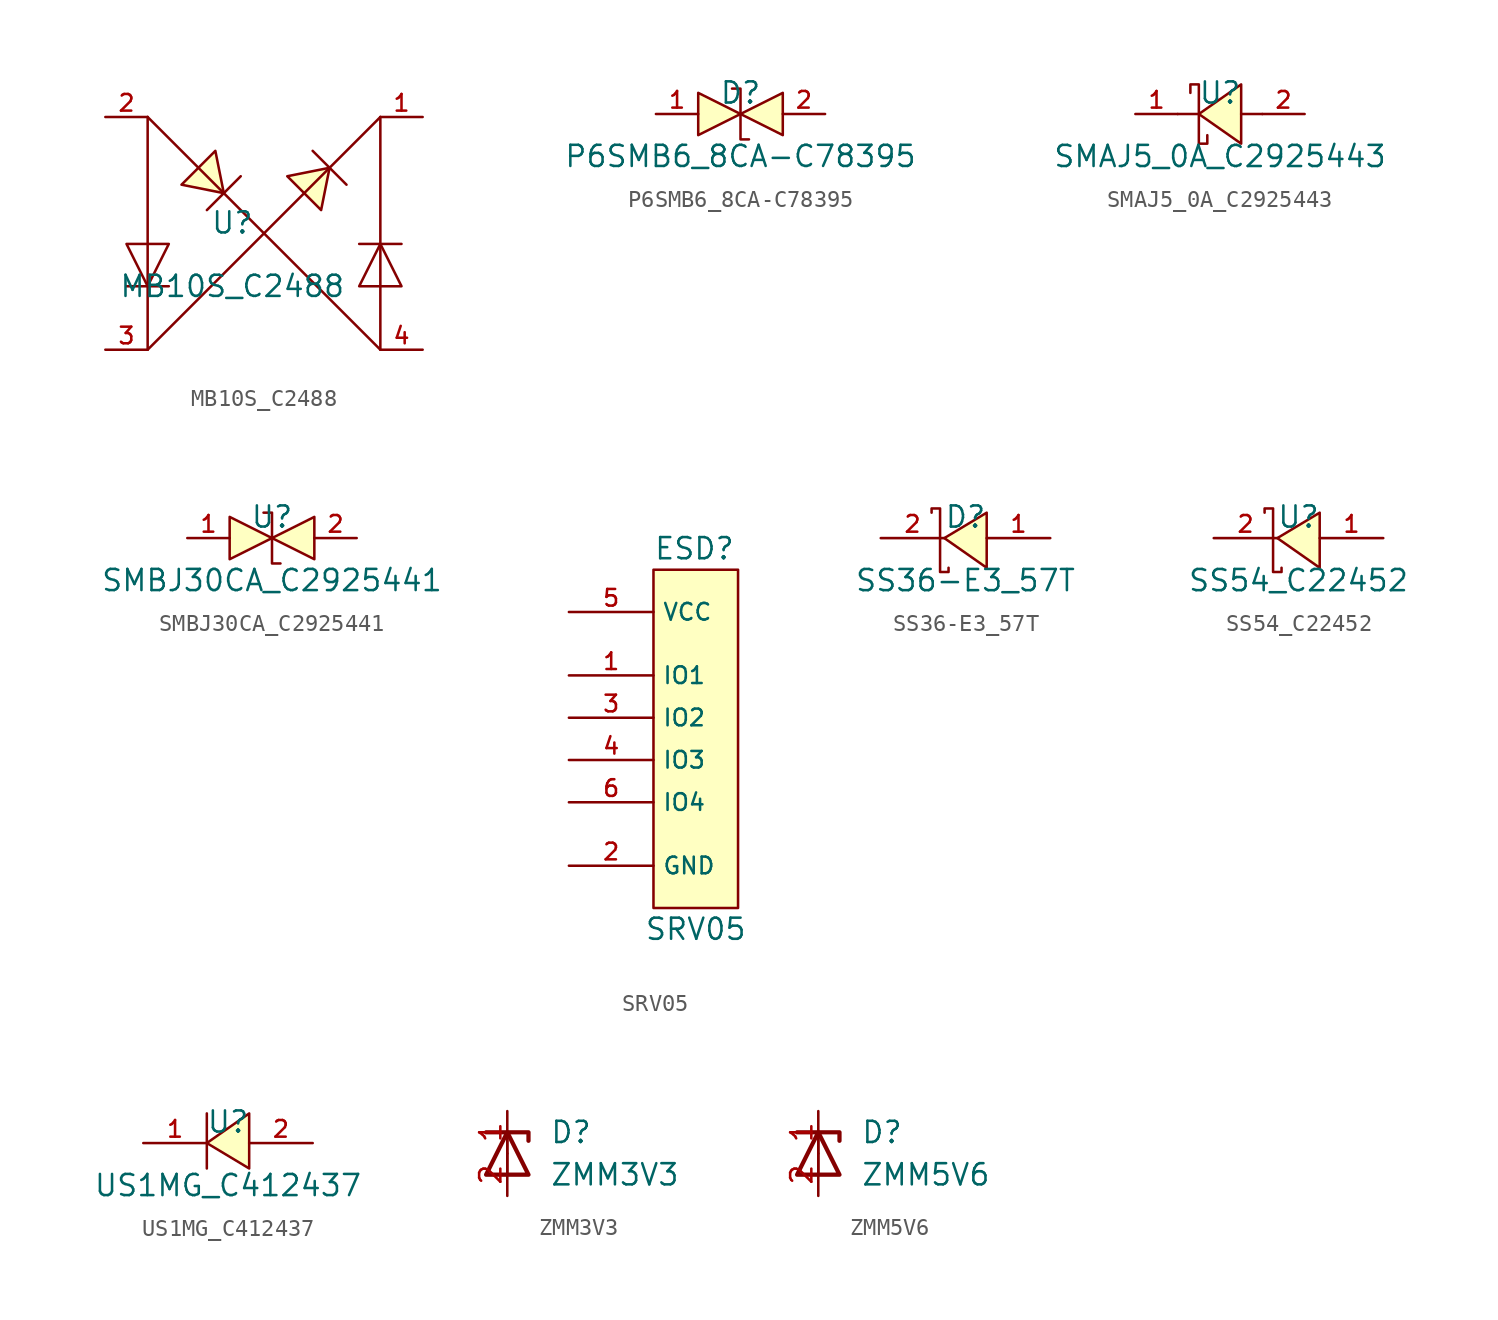
<source format=kicad_sym>
(kicad_symbol_lib
  (version 20231120)
  (generator "kicad_symbol_editor")
  (generator_version "8.0")
  (symbol "MB10S_C2488"
    (pin_names hide)
    (property "Reference" "U"
      (at 0 1.27 0)
      (effects (font (size 1.27 1.27))))
    (property "Value" "MB10S_C2488"
      (at 0 -2.54 0)
      (effects (font (size 1.27 1.27))))
    (symbol "MB10S_C2488_0_1"
      (polyline (pts (xy -6.35 -2.54) (xy -3.81 -2.54)) (stroke (width 0) (type default)) (fill (type none)))
      (polyline (pts (xy -5.08 -6.35) (xy 8.89 7.62)) (stroke (width 0) (type default)) (fill (type none)))
      (polyline (pts (xy -5.08 7.62) (xy -5.08 -6.35)) (stroke (width 0) (type default)) (fill (type none)))
      (polyline (pts (xy -5.08 7.62) (xy 8.89 -6.35)) (stroke (width 0) (type default)) (fill (type none)))
      (polyline (pts (xy 0.508 4.064) (xy -1.524 2.032)) (stroke (width 0) (type default)) (fill (type none)))
      (polyline (pts (xy 4.826 5.588) (xy 6.858 3.556)) (stroke (width 0) (type default)) (fill (type none)))
      (polyline (pts (xy 8.89 7.62) (xy 8.89 -6.35)) (stroke (width 0) (type default)) (fill (type none)))
      (polyline (pts (xy 10.16 0) (xy 7.62 0)) (stroke (width 0) (type default)) (fill (type none)))
      (polyline (pts (xy -6.35 0) (xy -3.81 0) (xy -5.08 -2.54) (xy -6.35 0)) (stroke (width 0) (type default)) (fill (type none)))
      (polyline (pts (xy -1.016 5.588) (xy -0.508 3.048) (xy -3.048 3.556) (xy -1.016 5.588)) (stroke (width 0) (type default)) (fill (type background)))
      (polyline (pts (xy 3.302 4.064) (xy 5.842 4.572) (xy 5.334 2.032) (xy 3.302 4.064)) (stroke (width 0) (type default)) (fill (type background)))
      (polyline (pts (xy 10.16 -2.54) (xy 7.62 -2.54) (xy 8.89 0) (xy 10.16 -2.54)) (stroke (width 0) (type default)) (fill (type none)))
      (pin unspecified line (at 11.43 7.62 180) (length 2.54) (name "+" (effects (font (size 1 1)))) (number "1" (effects (font (size 1 1)))))
      (pin unspecified line (at -7.62 7.62 0) (length 2.54) (name "-" (effects (font (size 1 1)))) (number "2" (effects (font (size 1 1)))))
      (pin unspecified line (at -7.62 -6.35 0) (length 2.54) (name "C2" (effects (font (size 1 1)))) (number "3" (effects (font (size 1 1)))))
      (pin unspecified line (at 11.43 -6.35 180) (length 2.54) (name "C1" (effects (font (size 1 1)))) (number "4" (effects (font (size 1 1)))))))
  (symbol "P6SMB6_8CA-C78395"
    (pin_names hide)
    (property "Reference" "D"
      (at 0 1.27 0)
      (effects (font (size 1.27 1.27))))
    (property "Value" "P6SMB6_8CA-C78395"
      (at 0 -2.54 0)
      (effects (font (size 1.27 1.27))))
    (symbol "P6SMB6_8CA-C78395_0_1"
      (polyline (pts (xy -2.54 1.27) (xy 0 0) (xy -2.54 -1.27) (xy -2.54 1.27)) (stroke (width 0) (type default)) (fill (type background)))
      (polyline (pts (xy 2.54 1.27) (xy 0 0) (xy 2.54 -1.27) (xy 2.54 1.27)) (stroke (width 0) (type default)) (fill (type background)))
      (polyline (pts (xy -0.508 1.524) (xy -0.508 1.524) (xy 0 1.524) (xy 0 -1.524) (xy 0.508 -1.524) (xy 0.508 -1.524)) (stroke (width 0) (type default)) (fill (type none)))
      (pin unspecified line (at -5.08 0 0) (length 2.54) (name "1" (effects (font (size 1 1)))) (number "1" (effects (font (size 1 1)))))
      (pin unspecified line (at 5.08 0 180) (length 2.54) (name "2" (effects (font (size 1 1)))) (number "2" (effects (font (size 1 1)))))))
  (symbol "SMAJ5_0A_C2925443"
    (pin_names hide)
    (property "Reference" "U"
      (at 0 1.27 0)
      (effects (font (size 1.27 1.27))))
    (property "Value" "SMAJ5_0A_C2925443"
      (at 0 -2.54 0)
      (effects (font (size 1.27 1.27))))
    (symbol "SMAJ5_0A_C2925443_0_1"
      (polyline (pts (xy -1.27 0) (xy -2.54 0)) (stroke (width 0) (type default)) (fill (type none)))
      (polyline (pts (xy 2.54 0) (xy 1.27 0)) (stroke (width 0) (type default)) (fill (type none)))
      (polyline (pts (xy 1.27 1.778) (xy -1.27 0) (xy 1.27 -1.778) (xy 1.27 1.778)) (stroke (width 0) (type default)) (fill (type background)))
      (polyline (pts (xy -1.778 1.27) (xy -1.778 1.778) (xy -1.27 1.778) (xy -1.27 -1.778) (xy -0.762 -1.778) (xy -0.762 -1.27)) (stroke (width 0) (type default)) (fill (type none)))
      (pin unspecified line (at -5.08 0 0) (length 2.54) (name "K" (effects (font (size 1 1)))) (number "1" (effects (font (size 1 1)))))
      (pin unspecified line (at 5.08 0 180) (length 2.54) (name "A" (effects (font (size 1 1)))) (number "2" (effects (font (size 1 1)))))))
  (symbol "SMBJ30CA_C2925441"
    (pin_names hide)
    (property "Reference" "U"
      (at 0 1.27 0)
      (effects (font (size 1.27 1.27))))
    (property "Value" "SMBJ30CA_C2925441"
      (at 0 -2.54 0)
      (effects (font (size 1.27 1.27))))
    (symbol "SMBJ30CA_C2925441_0_1"
      (polyline (pts (xy -2.54 1.27) (xy 0 0) (xy -2.54 -1.27) (xy -2.54 1.27)) (stroke (width 0) (type default)) (fill (type background)))
      (polyline (pts (xy 2.54 1.27) (xy 0 0) (xy 2.54 -1.27) (xy 2.54 1.27)) (stroke (width 0) (type default)) (fill (type background)))
      (polyline (pts (xy -0.508 1.524) (xy -0.508 1.524) (xy 0 1.524) (xy 0 -1.524) (xy 0.508 -1.524) (xy 0.508 -1.524)) (stroke (width 0) (type default)) (fill (type none)))
      (pin unspecified line (at -5.08 0 0) (length 2.54) (name "1" (effects (font (size 1 1)))) (number "1" (effects (font (size 1 1)))))
      (pin unspecified line (at 5.08 0 180) (length 2.54) (name "2" (effects (font (size 1 1)))) (number "2" (effects (font (size 1 1)))))))
  (symbol "SRV05"
    (property "Reference" "ESD"
      (at 0 11.43 0)
      (effects (font (size 1.27 1.27)) (justify left)))
    (property "Value" "SRV05"
      (at 2.54 -11.43 0)
      (effects (font (size 1.27 1.27))))
    (symbol "SRV05_0_1"
      (rectangle (start 0 10.16) (end 5.08 -10.16) (stroke (width 0) (type default)) (fill (type background))))
    (symbol "SRV05_1_1"
      (pin bidirectional line (at -5.08 3.81 0) (length 5.08) (name "IO1" (effects (font (size 1 1)))) (number "1" (effects (font (size 1 1)))))
      (pin power_in line (at -5.08 -7.62 0) (length 5.08) (name "GND" (effects (font (size 1 1)))) (number "2" (effects (font (size 1 1)))))
      (pin bidirectional line (at -5.08 1.27 0) (length 5.08) (name "IO2" (effects (font (size 1 1)))) (number "3" (effects (font (size 1 1)))))
      (pin bidirectional line (at -5.08 -1.27 0) (length 5.08) (name "IO3" (effects (font (size 1 1)))) (number "4" (effects (font (size 1 1)))))
      (pin power_in line (at -5.08 7.62 0) (length 5.08) (name "VCC" (effects (font (size 1 1)))) (number "5" (effects (font (size 1 1)))))
      (pin bidirectional line (at -5.08 -3.81 0) (length 5.08) (name "IO4" (effects (font (size 1 1)))) (number "6" (effects (font (size 1 1)))))))
  (symbol "SS36-E3_57T"
    (pin_names hide)
    (property "Reference" "D"
      (at 0 1.27 0)
      (effects (font (size 1.27 1.27))))
    (property "Value" "SS36-E3_57T"
      (at 0 -2.54 0)
      (effects (font (size 1.27 1.27))))
    (symbol "SS36-E3_57T_0_1"
      (polyline (pts (xy 1.27 1.524) (xy -1.27 0) (xy 1.27 -1.778) (xy 1.27 1.524)) (stroke (width 0) (type default)) (fill (type background)))
      (polyline (pts (xy -2.032 1.524) (xy -2.032 1.778) (xy -1.524 1.778) (xy -1.524 -2.032) (xy -1.016 -2.032) (xy -1.016 -1.778)) (stroke (width 0) (type default)) (fill (type none)))
      (pin unspecified line (at 5.08 0 180) (length 3.81) (name "A" (effects (font (size 1 1)))) (number "1" (effects (font (size 1 1)))))
      (pin unspecified line (at -5.08 0 0) (length 3.81) (name "K" (effects (font (size 1 1)))) (number "2" (effects (font (size 1 1)))))))
  (symbol "SS54_C22452"
    (pin_names hide)
    (property "Reference" "U"
      (at 0 1.27 0)
      (effects (font (size 1.27 1.27))))
    (property "Value" "SS54_C22452"
      (at 0 -2.54 0)
      (effects (font (size 1.27 1.27))))
    (symbol "SS54_C22452_0_1"
      (polyline (pts (xy 1.27 1.524) (xy -1.27 0) (xy 1.27 -1.778) (xy 1.27 1.524)) (stroke (width 0) (type default)) (fill (type background)))
      (polyline (pts (xy -2.032 1.524) (xy -2.032 1.778) (xy -1.524 1.778) (xy -1.524 -2.032) (xy -1.016 -2.032) (xy -1.016 -1.778)) (stroke (width 0) (type default)) (fill (type none)))
      (pin unspecified line (at 5.08 0 180) (length 3.81) (name "A" (effects (font (size 1 1)))) (number "1" (effects (font (size 1 1)))))
      (pin unspecified line (at -5.08 0 0) (length 3.81) (name "K" (effects (font (size 1 1)))) (number "2" (effects (font (size 1 1)))))))
  (symbol "US1MG_C412437"
    (pin_names hide)
    (property "Reference" "U"
      (at 0 1.27 0)
      (effects (font (size 1.27 1.27))))
    (property "Value" "US1MG_C412437"
      (at 0 -2.54 0)
      (effects (font (size 1.27 1.27))))
    (symbol "US1MG_C412437_0_1"
      (polyline (pts (xy -1.27 1.778) (xy -1.27 -1.524)) (stroke (width 0) (type default)) (fill (type none)))
      (polyline (pts (xy 1.27 -1.524) (xy -1.27 0) (xy 1.27 1.778) (xy 1.27 -1.524)) (stroke (width 0) (type default)) (fill (type background)))
      (pin unspecified line (at -5.08 0 0) (length 3.81) (name "C" (effects (font (size 1 1)))) (number "1" (effects (font (size 1 1)))))
      (pin unspecified line (at 5.08 0 180) (length 3.81) (name "A" (effects (font (size 1 1)))) (number "2" (effects (font (size 1 1)))))))
  (symbol "ZMM3V3"
    (pin_names hide)
    (property "Reference" "D"
      (at 2.54 1.27 0)
      (effects (font (size 1.27 1.27)) (justify left)))
    (property "Value" "ZMM3V3"
      (at 2.54 -1.27 0)
      (effects (font (size 1.27 1.27)) (justify left)))
    (symbol "ZMM3V3_0_1"
      (polyline (pts (xy 0 -1.27) (xy 0 1.27)) (stroke (width 0) (type default)) (fill (type none)))
      (polyline (pts (xy -1.27 1.27) (xy 1.27 1.27) (xy 1.27 0.762)) (stroke (width 0.254) (type default)) (fill (type none)))
      (polyline (pts (xy -1.27 -1.27) (xy 1.27 -1.27) (xy 0 1.27) (xy -1.27 -1.27)) (stroke (width 0.254) (type default)) (fill (type none))))
    (symbol "ZMM3V3_1_1"
      (pin passive line (at 0 2.54 270) (length 2.54) (name "K" (effects (font (size 1.27 1.27)))) (number "1" (effects (font (size 1.27 1.27)))))
      (pin passive line (at 0 -2.54 90) (length 2.54) (name "A" (effects (font (size 1.27 1.27)))) (number "2" (effects (font (size 1.27 1.27)))))))
  (symbol "ZMM5V6"
    (pin_names hide)
    (property "Reference" "D"
      (at 2.54 1.27 0)
      (effects (font (size 1.27 1.27)) (justify left)))
    (property "Value" "ZMM5V6"
      (at 2.54 -1.27 0)
      (effects (font (size 1.27 1.27)) (justify left)))
    (symbol "ZMM5V6_0_1"
      (polyline (pts (xy 0 -1.27) (xy 0 1.27)) (stroke (width 0) (type default)) (fill (type none)))
      (polyline (pts (xy -1.27 1.27) (xy 1.27 1.27) (xy 1.27 0.762)) (stroke (width 0.254) (type default)) (fill (type none)))
      (polyline (pts (xy -1.27 -1.27) (xy 1.27 -1.27) (xy 0 1.27) (xy -1.27 -1.27)) (stroke (width 0.254) (type default)) (fill (type none))))
    (symbol "ZMM5V6_1_1"
      (pin passive line (at 0 2.54 270) (length 2.54) (name "K" (effects (font (size 1.27 1.27)))) (number "1" (effects (font (size 1.27 1.27)))))
      (pin passive line (at 0 -2.54 90) (length 2.54) (name "A" (effects (font (size 1.27 1.27)))) (number "2" (effects (font (size 1.27 1.27))))))))
</source>
